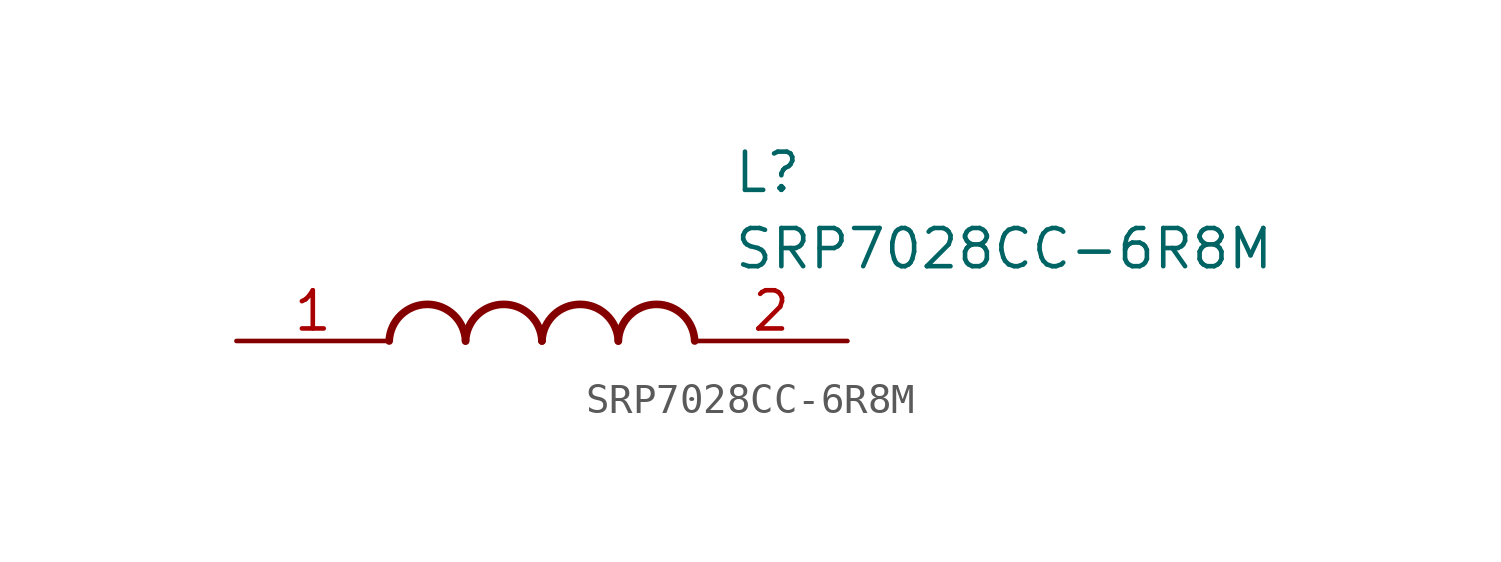
<source format=kicad_sym>
(kicad_symbol_lib
  (version 20211014)
  (generator SamacSys_ECAD_Model)
  (symbol "SRP7028CC-6R8M"
    (pin_names hide)
    (property "Reference" "L"
      (at 16.51 6.35 0)
      (effects (font (size 1.27 1.27)) (justify left top)))
    (property "Value" "SRP7028CC-6R8M"
      (at 16.51 3.81 0)
      (effects (font (size 1.27 1.27)) (justify left top)))
    (arc
      (start 7.62 0)
      (mid 6.35 1.219)
      (end 5.08 0)
      (stroke (width 0.254) (type default))
      (fill (type none)))
    (arc
      (start 10.16 0)
      (mid 8.89 1.219)
      (end 7.62 0)
      (stroke (width 0.254) (type default))
      (fill (type none)))
    (arc
      (start 12.7 0)
      (mid 11.43 1.219)
      (end 10.16 0)
      (stroke (width 0.254) (type default))
      (fill (type none)))
    (arc
      (start 15.24 0)
      (mid 13.97 1.219)
      (end 12.7 0)
      (stroke (width 0.254) (type default))
      (fill (type none)))
    (pin passive line
      (at 0 0 0)
      (length 5.08)
      (name "1" (effects (font (size 1.27 1.27))))
      (number "1" (effects (font (size 1.27 1.27)))))
    (pin passive line
      (at 20.32 0 180)
      (length 5.08)
      (name "2" (effects (font (size 1.27 1.27))))
      (number "2" (effects (font (size 1.27 1.27)))))))
</source>
